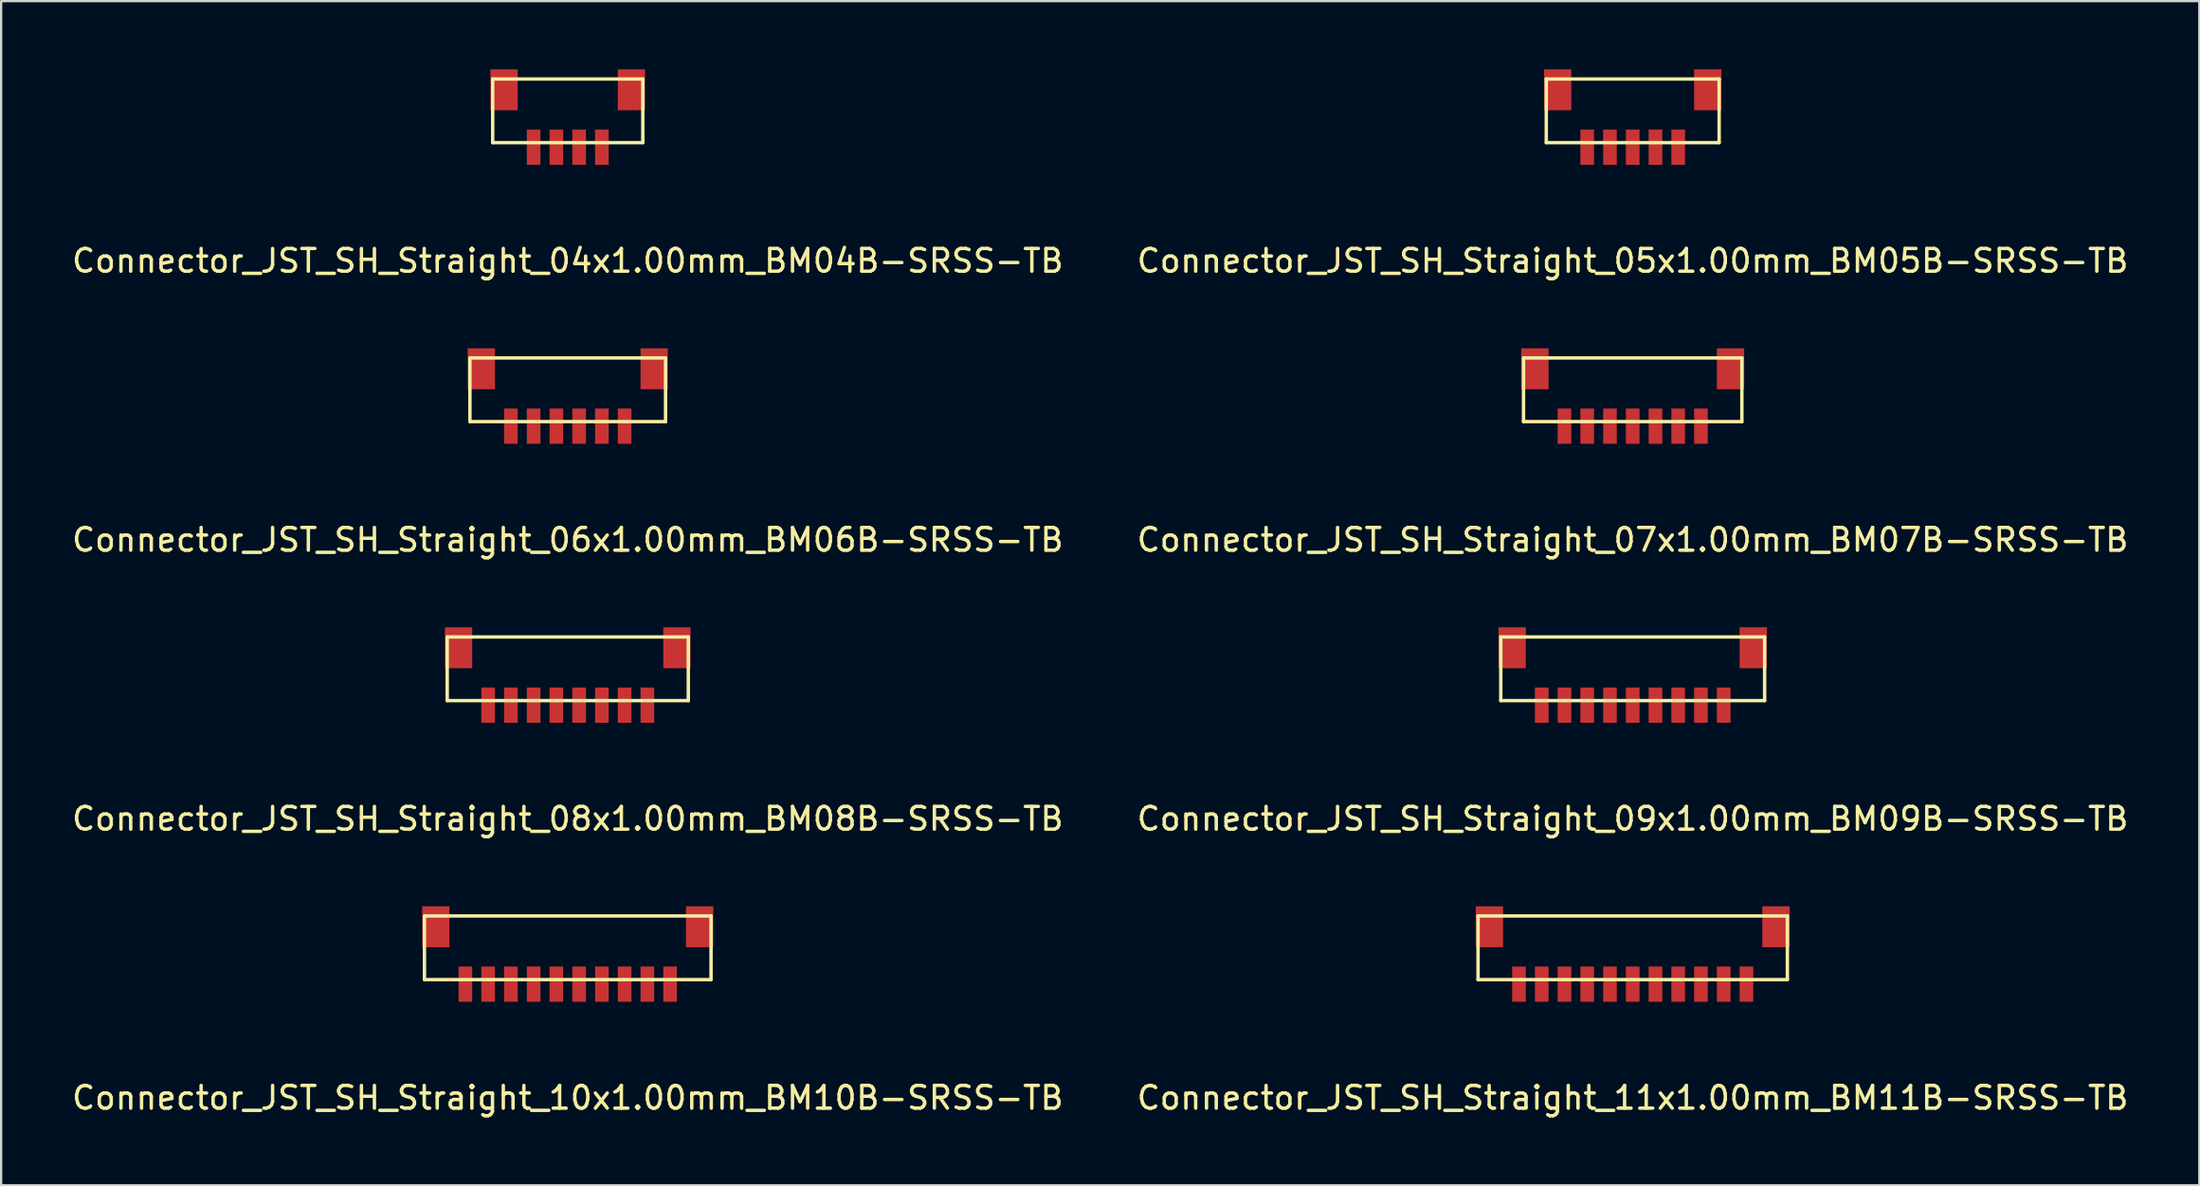
<source format=kicad_pcb>
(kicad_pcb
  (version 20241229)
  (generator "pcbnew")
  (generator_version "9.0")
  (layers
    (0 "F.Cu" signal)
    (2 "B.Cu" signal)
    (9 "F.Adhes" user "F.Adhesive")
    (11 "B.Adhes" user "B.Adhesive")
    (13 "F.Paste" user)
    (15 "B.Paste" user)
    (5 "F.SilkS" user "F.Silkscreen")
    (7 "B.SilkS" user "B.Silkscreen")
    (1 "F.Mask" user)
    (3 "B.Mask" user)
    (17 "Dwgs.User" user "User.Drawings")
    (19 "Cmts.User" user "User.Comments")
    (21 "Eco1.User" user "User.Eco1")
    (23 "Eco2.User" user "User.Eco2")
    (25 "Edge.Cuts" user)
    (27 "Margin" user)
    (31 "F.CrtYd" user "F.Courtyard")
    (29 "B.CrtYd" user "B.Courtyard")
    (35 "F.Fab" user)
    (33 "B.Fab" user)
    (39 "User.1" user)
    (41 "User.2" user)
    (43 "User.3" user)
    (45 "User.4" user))
  (footprint "Connector_JST_SH_Straight_09x1.00mm_BM09B-SRSS-TB"
    (layer "F.Cu")
    (at 68.732 27.971)
    (property "Reference" "Connector_JST_SH_Straight_09x1.00mm_BM09B-SRSS-TB" (at 0 5 0) (layer "F.SilkS") (effects (font (size 1 1) (thickness 0.15))))
    (attr smd)
    (fp_line (start -5.8 -3) (end -5.8 -0.2) (stroke (width 0.15) (type solid)) (layer "F.SilkS"))
    (fp_line (start -5.8 -3) (end 5.8 -3) (stroke (width 0.15) (type solid)) (layer "F.SilkS"))
    (fp_line (start -5.8 -0.2) (end 5.8 -0.2) (stroke (width 0.15) (type solid)) (layer "F.SilkS"))
    (fp_line (start 5.8 -3) (end 5.8 -0.2) (stroke (width 0.15) (type solid)) (layer "F.SilkS"))
    (pad "1" smd rect (at -4 0) (size 0.6 1.55) (layers "F.Cu" "F.Mask" "F.Paste"))
    (pad "2" smd rect (at -3 0) (size 0.6 1.55) (layers "F.Cu" "F.Mask" "F.Paste"))
    (pad "3" smd rect (at -2 0) (size 0.6 1.55) (layers "F.Cu" "F.Mask" "F.Paste"))
    (pad "4" smd rect (at -1 0) (size 0.6 1.55) (layers "F.Cu" "F.Mask" "F.Paste"))
    (pad "5" smd rect (at 0 0) (size 0.6 1.55) (layers "F.Cu" "F.Mask" "F.Paste"))
    (pad "6" smd rect (at 1 0) (size 0.6 1.55) (layers "F.Cu" "F.Mask" "F.Paste"))
    (pad "7" smd rect (at 2 0) (size 0.6 1.55) (layers "F.Cu" "F.Mask" "F.Paste"))
    (pad "8" smd rect (at 3 0) (size 0.6 1.55) (layers "F.Cu" "F.Mask" "F.Paste"))
    (pad "9" smd rect (at 4 0) (size 0.6 1.55) (layers "F.Cu" "F.Mask" "F.Paste"))
    (pad "10" smd rect (at -5.3 -2.525) (size 1.2 1.8) (layers "F.Cu" "F.Mask" "F.Paste"))
    (pad "10" smd rect (at 5.3 -2.525) (size 1.2 1.8) (layers "F.Cu" "F.Mask" "F.Paste")))
  (footprint "Connector_JST_SH_Straight_06x1.00mm_BM06B-SRSS-TB"
    (layer "F.Cu")
    (at 21.911 15.698)
    (property "Reference" "Connector_JST_SH_Straight_06x1.00mm_BM06B-SRSS-TB" (at 0 5 0) (layer "F.SilkS") (effects (font (size 1 1) (thickness 0.15))))
    (attr smd)
    (fp_line (start -4.3 -3) (end -4.3 -0.2) (stroke (width 0.15) (type solid)) (layer "F.SilkS"))
    (fp_line (start -4.3 -3) (end 4.3 -3) (stroke (width 0.15) (type solid)) (layer "F.SilkS"))
    (fp_line (start -4.3 -0.2) (end 4.3 -0.2) (stroke (width 0.15) (type solid)) (layer "F.SilkS"))
    (fp_line (start 4.3 -3) (end 4.3 -0.2) (stroke (width 0.15) (type solid)) (layer "F.SilkS"))
    (pad "1" smd rect (at -2.5 0) (size 0.6 1.55) (layers "F.Cu" "F.Mask" "F.Paste"))
    (pad "2" smd rect (at -1.5 0) (size 0.6 1.55) (layers "F.Cu" "F.Mask" "F.Paste"))
    (pad "3" smd rect (at -0.5 0) (size 0.6 1.55) (layers "F.Cu" "F.Mask" "F.Paste"))
    (pad "4" smd rect (at 0.5 0) (size 0.6 1.55) (layers "F.Cu" "F.Mask" "F.Paste"))
    (pad "5" smd rect (at 1.5 0) (size 0.6 1.55) (layers "F.Cu" "F.Mask" "F.Paste"))
    (pad "6" smd rect (at 2.5 0) (size 0.6 1.55) (layers "F.Cu" "F.Mask" "F.Paste"))
    (pad "7" smd rect (at -3.8 -2.525) (size 1.2 1.8) (layers "F.Cu" "F.Mask" "F.Paste"))
    (pad "7" smd rect (at 3.8 -2.525) (size 1.2 1.8) (layers "F.Cu" "F.Mask" "F.Paste")))
  (footprint "Connector_JST_SH_Straight_08x1.00mm_BM08B-SRSS-TB"
    (layer "F.Cu")
    (at 21.911 27.971)
    (property "Reference" "Connector_JST_SH_Straight_08x1.00mm_BM08B-SRSS-TB" (at 0 5 0) (layer "F.SilkS") (effects (font (size 1 1) (thickness 0.15))))
    (attr smd)
    (fp_line (start -5.3 -3) (end -5.3 -0.2) (stroke (width 0.15) (type solid)) (layer "F.SilkS"))
    (fp_line (start -5.3 -3) (end 5.3 -3) (stroke (width 0.15) (type solid)) (layer "F.SilkS"))
    (fp_line (start -5.3 -0.2) (end 5.3 -0.2) (stroke (width 0.15) (type solid)) (layer "F.SilkS"))
    (fp_line (start 5.3 -3) (end 5.3 -0.2) (stroke (width 0.15) (type solid)) (layer "F.SilkS"))
    (pad "1" smd rect (at -3.5 0) (size 0.6 1.55) (layers "F.Cu" "F.Mask" "F.Paste"))
    (pad "2" smd rect (at -2.5 0) (size 0.6 1.55) (layers "F.Cu" "F.Mask" "F.Paste"))
    (pad "3" smd rect (at -1.5 0) (size 0.6 1.55) (layers "F.Cu" "F.Mask" "F.Paste"))
    (pad "4" smd rect (at -0.5 0) (size 0.6 1.55) (layers "F.Cu" "F.Mask" "F.Paste"))
    (pad "5" smd rect (at 0.5 0) (size 0.6 1.55) (layers "F.Cu" "F.Mask" "F.Paste"))
    (pad "6" smd rect (at 1.5 0) (size 0.6 1.55) (layers "F.Cu" "F.Mask" "F.Paste"))
    (pad "7" smd rect (at 2.5 0) (size 0.6 1.55) (layers "F.Cu" "F.Mask" "F.Paste"))
    (pad "8" smd rect (at 3.5 0) (size 0.6 1.55) (layers "F.Cu" "F.Mask" "F.Paste"))
    (pad "9" smd rect (at -4.8 -2.525) (size 1.2 1.8) (layers "F.Cu" "F.Mask" "F.Paste"))
    (pad "9" smd rect (at 4.8 -2.525) (size 1.2 1.8) (layers "F.Cu" "F.Mask" "F.Paste")))
  (footprint "Connector_JST_SH_Straight_07x1.00mm_BM07B-SRSS-TB"
    (layer "F.Cu")
    (at 68.732 15.698)
    (property "Reference" "Connector_JST_SH_Straight_07x1.00mm_BM07B-SRSS-TB" (at 0 5 0) (layer "F.SilkS") (effects (font (size 1 1) (thickness 0.15))))
    (attr smd)
    (fp_line (start -4.8 -3) (end -4.8 -0.2) (stroke (width 0.15) (type solid)) (layer "F.SilkS"))
    (fp_line (start -4.8 -3) (end 4.8 -3) (stroke (width 0.15) (type solid)) (layer "F.SilkS"))
    (fp_line (start -4.8 -0.2) (end 4.8 -0.2) (stroke (width 0.15) (type solid)) (layer "F.SilkS"))
    (fp_line (start 4.8 -3) (end 4.8 -0.2) (stroke (width 0.15) (type solid)) (layer "F.SilkS"))
    (pad "1" smd rect (at -3 0) (size 0.6 1.55) (layers "F.Cu" "F.Mask" "F.Paste"))
    (pad "2" smd rect (at -2 0) (size 0.6 1.55) (layers "F.Cu" "F.Mask" "F.Paste"))
    (pad "3" smd rect (at -1 0) (size 0.6 1.55) (layers "F.Cu" "F.Mask" "F.Paste"))
    (pad "4" smd rect (at 0 0) (size 0.6 1.55) (layers "F.Cu" "F.Mask" "F.Paste"))
    (pad "5" smd rect (at 1 0) (size 0.6 1.55) (layers "F.Cu" "F.Mask" "F.Paste"))
    (pad "6" smd rect (at 2 0) (size 0.6 1.55) (layers "F.Cu" "F.Mask" "F.Paste"))
    (pad "7" smd rect (at 3 0) (size 0.6 1.55) (layers "F.Cu" "F.Mask" "F.Paste"))
    (pad "8" smd rect (at -4.3 -2.525) (size 1.2 1.8) (layers "F.Cu" "F.Mask" "F.Paste"))
    (pad "8" smd rect (at 4.3 -2.525) (size 1.2 1.8) (layers "F.Cu" "F.Mask" "F.Paste")))
  (footprint "Connector_JST_SH_Straight_04x1.00mm_BM04B-SRSS-TB"
    (layer "F.Cu")
    (at 21.911 3.425)
    (property "Reference" "Connector_JST_SH_Straight_04x1.00mm_BM04B-SRSS-TB" (at 0 5 0) (layer "F.SilkS") (effects (font (size 1 1) (thickness 0.15))))
    (attr smd)
    (fp_line (start -3.3 -3) (end -3.3 -0.2) (stroke (width 0.15) (type solid)) (layer "F.SilkS"))
    (fp_line (start -3.3 -3) (end 3.3 -3) (stroke (width 0.15) (type solid)) (layer "F.SilkS"))
    (fp_line (start -3.3 -0.2) (end 3.3 -0.2) (stroke (width 0.15) (type solid)) (layer "F.SilkS"))
    (fp_line (start 3.3 -3) (end 3.3 -0.2) (stroke (width 0.15) (type solid)) (layer "F.SilkS"))
    (pad "1" smd rect (at -1.5 0) (size 0.6 1.55) (layers "F.Cu" "F.Mask" "F.Paste"))
    (pad "2" smd rect (at -0.5 0) (size 0.6 1.55) (layers "F.Cu" "F.Mask" "F.Paste"))
    (pad "3" smd rect (at 0.5 0) (size 0.6 1.55) (layers "F.Cu" "F.Mask" "F.Paste"))
    (pad "4" smd rect (at 1.5 0) (size 0.6 1.55) (layers "F.Cu" "F.Mask" "F.Paste"))
    (pad "5" smd rect (at -2.8 -2.525) (size 1.2 1.8) (layers "F.Cu" "F.Mask" "F.Paste"))
    (pad "5" smd rect (at 2.8 -2.525) (size 1.2 1.8) (layers "F.Cu" "F.Mask" "F.Paste")))
  (footprint "Connector_JST_SH_Straight_10x1.00mm_BM10B-SRSS-TB"
    (layer "F.Cu")
    (at 21.911 40.245)
    (property "Reference" "Connector_JST_SH_Straight_10x1.00mm_BM10B-SRSS-TB" (at 0 5 0) (layer "F.SilkS") (effects (font (size 1 1) (thickness 0.15))))
    (attr smd)
    (fp_line (start -6.3 -3) (end -6.3 -0.2) (stroke (width 0.15) (type solid)) (layer "F.SilkS"))
    (fp_line (start -6.3 -3) (end 6.3 -3) (stroke (width 0.15) (type solid)) (layer "F.SilkS"))
    (fp_line (start -6.3 -0.2) (end 6.3 -0.2) (stroke (width 0.15) (type solid)) (layer "F.SilkS"))
    (fp_line (start 6.3 -3) (end 6.3 -0.2) (stroke (width 0.15) (type solid)) (layer "F.SilkS"))
    (pad "1" smd rect (at -4.5 0) (size 0.6 1.55) (layers "F.Cu" "F.Mask" "F.Paste"))
    (pad "2" smd rect (at -3.5 0) (size 0.6 1.55) (layers "F.Cu" "F.Mask" "F.Paste"))
    (pad "3" smd rect (at -2.5 0) (size 0.6 1.55) (layers "F.Cu" "F.Mask" "F.Paste"))
    (pad "4" smd rect (at -1.5 0) (size 0.6 1.55) (layers "F.Cu" "F.Mask" "F.Paste"))
    (pad "5" smd rect (at -0.5 0) (size 0.6 1.55) (layers "F.Cu" "F.Mask" "F.Paste"))
    (pad "6" smd rect (at 0.5 0) (size 0.6 1.55) (layers "F.Cu" "F.Mask" "F.Paste"))
    (pad "7" smd rect (at 1.5 0) (size 0.6 1.55) (layers "F.Cu" "F.Mask" "F.Paste"))
    (pad "8" smd rect (at 2.5 0) (size 0.6 1.55) (layers "F.Cu" "F.Mask" "F.Paste"))
    (pad "9" smd rect (at 3.5 0) (size 0.6 1.55) (layers "F.Cu" "F.Mask" "F.Paste"))
    (pad "10" smd rect (at 4.5 0) (size 0.6 1.55) (layers "F.Cu" "F.Mask" "F.Paste"))
    (pad "11" smd rect (at -5.8 -2.525) (size 1.2 1.8) (layers "F.Cu" "F.Mask" "F.Paste"))
    (pad "11" smd rect (at 5.8 -2.525) (size 1.2 1.8) (layers "F.Cu" "F.Mask" "F.Paste")))
  (footprint "Connector_JST_SH_Straight_05x1.00mm_BM05B-SRSS-TB"
    (layer "F.Cu")
    (at 68.732 3.425)
    (property "Reference" "Connector_JST_SH_Straight_05x1.00mm_BM05B-SRSS-TB" (at 0 5 0) (layer "F.SilkS") (effects (font (size 1 1) (thickness 0.15))))
    (attr smd)
    (fp_line (start -3.8 -3) (end -3.8 -0.2) (stroke (width 0.15) (type solid)) (layer "F.SilkS"))
    (fp_line (start -3.8 -3) (end 3.8 -3) (stroke (width 0.15) (type solid)) (layer "F.SilkS"))
    (fp_line (start -3.8 -0.2) (end 3.8 -0.2) (stroke (width 0.15) (type solid)) (layer "F.SilkS"))
    (fp_line (start 3.8 -3) (end 3.8 -0.2) (stroke (width 0.15) (type solid)) (layer "F.SilkS"))
    (pad "1" smd rect (at -2 0) (size 0.6 1.55) (layers "F.Cu" "F.Mask" "F.Paste"))
    (pad "2" smd rect (at -1 0) (size 0.6 1.55) (layers "F.Cu" "F.Mask" "F.Paste"))
    (pad "3" smd rect (at 0 0) (size 0.6 1.55) (layers "F.Cu" "F.Mask" "F.Paste"))
    (pad "4" smd rect (at 1 0) (size 0.6 1.55) (layers "F.Cu" "F.Mask" "F.Paste"))
    (pad "5" smd rect (at 2 0) (size 0.6 1.55) (layers "F.Cu" "F.Mask" "F.Paste"))
    (pad "6" smd rect (at -3.3 -2.525) (size 1.2 1.8) (layers "F.Cu" "F.Mask" "F.Paste"))
    (pad "6" smd rect (at 3.3 -2.525) (size 1.2 1.8) (layers "F.Cu" "F.Mask" "F.Paste")))
  (footprint "Connector_JST_SH_Straight_11x1.00mm_BM11B-SRSS-TB"
    (layer "F.Cu")
    (at 68.732 40.245)
    (property "Reference" "Connector_JST_SH_Straight_11x1.00mm_BM11B-SRSS-TB" (at 0 5 0) (layer "F.SilkS") (effects (font (size 1 1) (thickness 0.15))))
    (attr smd)
    (fp_line (start -6.8 -3) (end -6.8 -0.2) (stroke (width 0.15) (type solid)) (layer "F.SilkS"))
    (fp_line (start -6.8 -3) (end 6.8 -3) (stroke (width 0.15) (type solid)) (layer "F.SilkS"))
    (fp_line (start -6.8 -0.2) (end 6.8 -0.2) (stroke (width 0.15) (type solid)) (layer "F.SilkS"))
    (fp_line (start 6.8 -3) (end 6.8 -0.2) (stroke (width 0.15) (type solid)) (layer "F.SilkS"))
    (pad "1" smd rect (at -5 0) (size 0.6 1.55) (layers "F.Cu" "F.Mask" "F.Paste"))
    (pad "2" smd rect (at -4 0) (size 0.6 1.55) (layers "F.Cu" "F.Mask" "F.Paste"))
    (pad "3" smd rect (at -3 0) (size 0.6 1.55) (layers "F.Cu" "F.Mask" "F.Paste"))
    (pad "4" smd rect (at -2 0) (size 0.6 1.55) (layers "F.Cu" "F.Mask" "F.Paste"))
    (pad "5" smd rect (at -1 0) (size 0.6 1.55) (layers "F.Cu" "F.Mask" "F.Paste"))
    (pad "6" smd rect (at 0 0) (size 0.6 1.55) (layers "F.Cu" "F.Mask" "F.Paste"))
    (pad "7" smd rect (at 1 0) (size 0.6 1.55) (layers "F.Cu" "F.Mask" "F.Paste"))
    (pad "8" smd rect (at 2 0) (size 0.6 1.55) (layers "F.Cu" "F.Mask" "F.Paste"))
    (pad "9" smd rect (at 3 0) (size 0.6 1.55) (layers "F.Cu" "F.Mask" "F.Paste"))
    (pad "10" smd rect (at 4 0) (size 0.6 1.55) (layers "F.Cu" "F.Mask" "F.Paste"))
    (pad "11" smd rect (at 5 0) (size 0.6 1.55) (layers "F.Cu" "F.Mask" "F.Paste"))
    (pad "12" smd rect (at -6.3 -2.525) (size 1.2 1.8) (layers "F.Cu" "F.Mask" "F.Paste"))
    (pad "12" smd rect (at 6.3 -2.525) (size 1.2 1.8) (layers "F.Cu" "F.Mask" "F.Paste")))
  (gr_rect
    (start -3 -3)
    (end 93.643 49.093)
    (stroke (width 0.1) (type default))
    (fill no)
    (layer "Edge.Cuts")))
</source>
